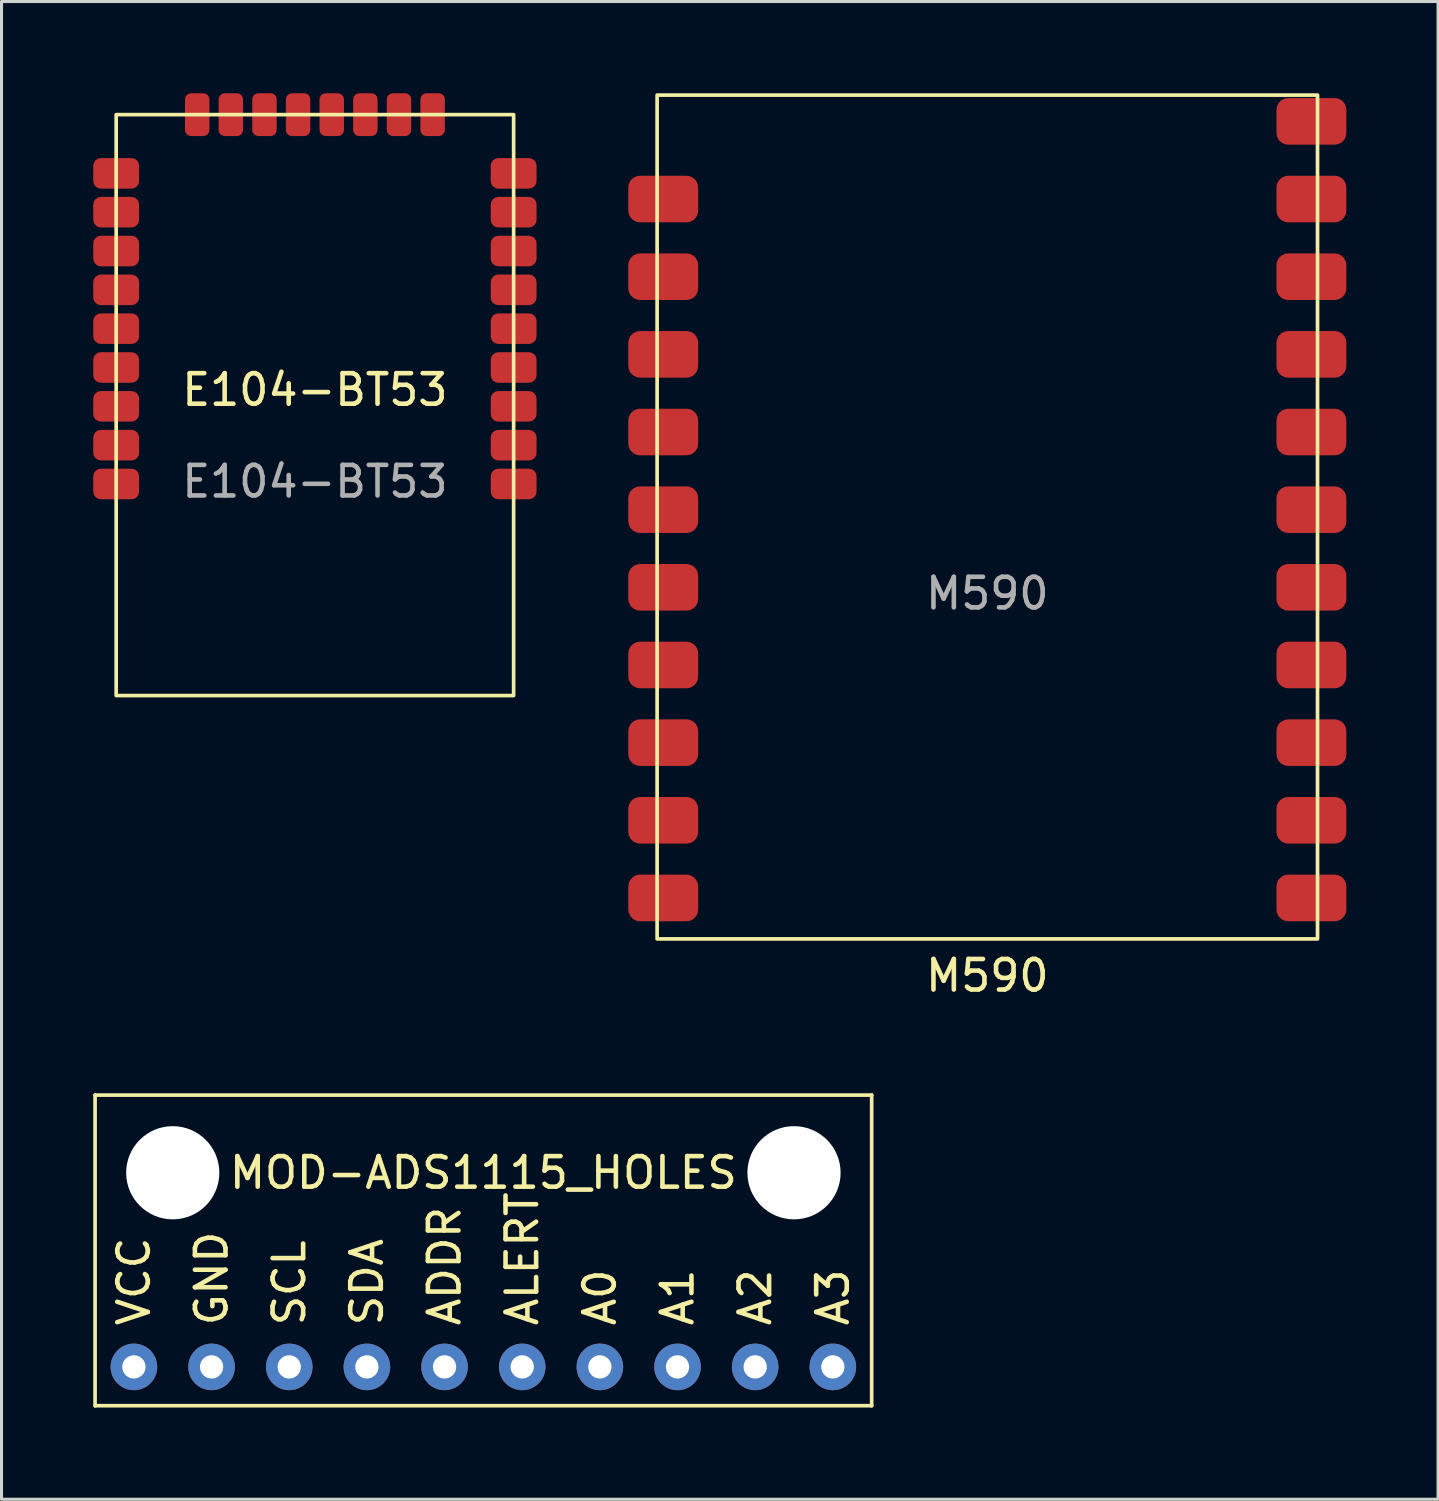
<source format=kicad_pcb>
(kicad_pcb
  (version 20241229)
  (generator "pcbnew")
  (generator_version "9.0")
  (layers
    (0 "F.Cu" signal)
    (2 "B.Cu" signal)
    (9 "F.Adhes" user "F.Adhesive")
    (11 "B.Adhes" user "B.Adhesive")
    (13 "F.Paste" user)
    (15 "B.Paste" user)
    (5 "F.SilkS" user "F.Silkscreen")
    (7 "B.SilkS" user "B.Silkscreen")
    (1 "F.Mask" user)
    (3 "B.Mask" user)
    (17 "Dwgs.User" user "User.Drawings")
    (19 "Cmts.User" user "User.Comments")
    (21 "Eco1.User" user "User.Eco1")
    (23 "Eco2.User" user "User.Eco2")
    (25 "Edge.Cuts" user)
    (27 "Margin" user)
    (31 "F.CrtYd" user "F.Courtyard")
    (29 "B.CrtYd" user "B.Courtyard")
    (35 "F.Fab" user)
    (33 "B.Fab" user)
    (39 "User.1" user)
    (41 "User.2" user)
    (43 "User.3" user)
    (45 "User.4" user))
  (footprint "E104-BT53"
    (layer "F.Cu")
    (at 7.25 10.2)
    (property "Reference" "E104-BT53" (at 0 -0.5 0) (unlocked yes) (layer "F.SilkS") (effects (font (size 1 1) (thickness 0.15))))
    (attr smd)
    (fp_rect (start -6.5 -9.5) (end 6.5 9.5) (stroke (width 0.12) (type default)) (fill no) (layer "F.SilkS"))
    (fp_text user "${REFERENCE}" (at 0 2.5 0) (unlocked yes) (layer "F.Fab") (effects (font (size 1 1) (thickness 0.15))))
    (pad "1" smd roundrect (at 6.5 2.58) (size 1.5 1) (layers "F.Cu" "F.Mask" "F.Paste") (roundrect_rratio 0.25))
    (pad "2" smd roundrect (at 6.5 1.31) (size 1.5 1) (layers "F.Cu" "F.Mask" "F.Paste") (roundrect_rratio 0.25))
    (pad "3" smd roundrect (at 6.5 0.04) (size 1.5 1) (layers "F.Cu" "F.Mask" "F.Paste") (roundrect_rratio 0.25))
    (pad "4" smd roundrect (at 6.5 -1.23) (size 1.5 1) (layers "F.Cu" "F.Mask" "F.Paste") (roundrect_rratio 0.25))
    (pad "5" smd roundrect (at 6.5 -2.5) (size 1.5 1) (layers "F.Cu" "F.Mask" "F.Paste") (roundrect_rratio 0.25))
    (pad "6" smd roundrect (at 6.5 -3.77) (size 1.5 1) (layers "F.Cu" "F.Mask" "F.Paste") (roundrect_rratio 0.25))
    (pad "7" smd roundrect (at 6.5 -5.04) (size 1.5 1) (layers "F.Cu" "F.Mask" "F.Paste") (roundrect_rratio 0.25))
    (pad "8" smd roundrect (at 6.5 -6.31) (size 1.5 1) (layers "F.Cu" "F.Mask" "F.Paste") (roundrect_rratio 0.25))
    (pad "9" smd roundrect (at 6.5 -7.58) (size 1.5 1) (layers "F.Cu" "F.Mask" "F.Paste") (roundrect_rratio 0.25))
    (pad "10" smd roundrect (at 3.85 -9.5) (size 0.8 1.4) (layers "F.Cu" "F.Mask" "F.Paste") (roundrect_rratio 0.25))
    (pad "11" smd roundrect (at 2.75 -9.5) (size 0.8 1.4) (layers "F.Cu" "F.Mask" "F.Paste") (roundrect_rratio 0.25))
    (pad "12" smd roundrect (at 1.65 -9.5) (size 0.8 1.4) (layers "F.Cu" "F.Mask" "F.Paste") (roundrect_rratio 0.25))
    (pad "13" smd roundrect (at 0.55 -9.5) (size 0.8 1.4) (layers "F.Cu" "F.Mask" "F.Paste") (roundrect_rratio 0.25))
    (pad "14" smd roundrect (at -0.55 -9.5) (size 0.8 1.4) (layers "F.Cu" "F.Mask" "F.Paste") (roundrect_rratio 0.25))
    (pad "15" smd roundrect (at -1.65 -9.5) (size 0.8 1.4) (layers "F.Cu" "F.Mask" "F.Paste") (roundrect_rratio 0.25))
    (pad "16" smd roundrect (at -2.75 -9.5) (size 0.8 1.4) (layers "F.Cu" "F.Mask" "F.Paste") (roundrect_rratio 0.25))
    (pad "17" smd roundrect (at -3.85 -9.5) (size 0.8 1.4) (layers "F.Cu" "F.Mask" "F.Paste") (roundrect_rratio 0.25))
    (pad "18" smd roundrect (at -6.5 -7.58) (size 1.5 1) (layers "F.Cu" "F.Mask" "F.Paste") (roundrect_rratio 0.25))
    (pad "19" smd roundrect (at -6.5 -6.31) (size 1.5 1) (layers "F.Cu" "F.Mask" "F.Paste") (roundrect_rratio 0.25))
    (pad "20" smd roundrect (at -6.5 -5.04) (size 1.5 1) (layers "F.Cu" "F.Mask" "F.Paste") (roundrect_rratio 0.25))
    (pad "21" smd roundrect (at -6.5 -3.77) (size 1.5 1) (layers "F.Cu" "F.Mask" "F.Paste") (roundrect_rratio 0.25))
    (pad "22" smd roundrect (at -6.5 -2.5) (size 1.5 1) (layers "F.Cu" "F.Mask" "F.Paste") (roundrect_rratio 0.25))
    (pad "23" smd roundrect (at -6.5 -1.23) (size 1.5 1) (layers "F.Cu" "F.Mask" "F.Paste") (roundrect_rratio 0.25))
    (pad "24" smd roundrect (at -6.5 0.04) (size 1.5 1) (layers "F.Cu" "F.Mask" "F.Paste") (roundrect_rratio 0.25))
    (pad "25" smd roundrect (at -6.5 1.31) (size 1.5 1) (layers "F.Cu" "F.Mask" "F.Paste") (roundrect_rratio 0.25))
    (pad "26" smd roundrect (at -6.5 2.58) (size 1.5 1) (layers "F.Cu" "F.Mask" "F.Paste") (roundrect_rratio 0.25)))
  (footprint "M590"
    (layer "F.Cu")
    (at 29.243 13.86)
    (property "Reference" "M590" (at 0 15 0) (unlocked yes) (layer "F.SilkS") (effects (font (size 1 1) (thickness 0.15))))
    (attr smd)
    (fp_rect (start -10.8 -13.8) (end 10.8 13.8) (stroke (width 0.12) (type default)) (fill no) (layer "F.SilkS"))
    (fp_text user "${REFERENCE}" (at 0 2.5 0) (unlocked yes) (layer "F.Fab") (effects (font (size 1 1) (thickness 0.15))))
    (pad "1" smd roundrect (at -10.6 -10.4) (size 2.286 1.524) (layers "F.Cu" "F.Mask" "F.Paste") (roundrect_rratio 0.25))
    (pad "2" smd roundrect (at -10.6 -7.86) (size 2.286 1.524) (layers "F.Cu" "F.Mask" "F.Paste") (roundrect_rratio 0.25))
    (pad "3" smd roundrect (at -10.6 -5.32) (size 2.286 1.524) (layers "F.Cu" "F.Mask" "F.Paste") (roundrect_rratio 0.25))
    (pad "4" smd roundrect (at -10.6 -2.78) (size 2.286 1.524) (layers "F.Cu" "F.Mask" "F.Paste") (roundrect_rratio 0.25))
    (pad "5" smd roundrect (at -10.6 -0.24) (size 2.286 1.524) (layers "F.Cu" "F.Mask" "F.Paste") (roundrect_rratio 0.25))
    (pad "6" smd roundrect (at -10.6 2.3) (size 2.286 1.524) (layers "F.Cu" "F.Mask" "F.Paste") (roundrect_rratio 0.25))
    (pad "7" smd roundrect (at -10.6 4.84) (size 2.286 1.524) (layers "F.Cu" "F.Mask" "F.Paste") (roundrect_rratio 0.25))
    (pad "8" smd roundrect (at -10.6 7.38) (size 2.286 1.524) (layers "F.Cu" "F.Mask" "F.Paste") (roundrect_rratio 0.25))
    (pad "9" smd roundrect (at -10.6 9.92) (size 2.286 1.524) (layers "F.Cu" "F.Mask" "F.Paste") (roundrect_rratio 0.25))
    (pad "10" smd roundrect (at -10.6 12.46) (size 2.286 1.524) (layers "F.Cu" "F.Mask" "F.Paste") (roundrect_rratio 0.25))
    (pad "11" smd roundrect (at 10.6 12.46) (size 2.286 1.524) (layers "F.Cu" "F.Mask" "F.Paste") (roundrect_rratio 0.25))
    (pad "12" smd roundrect (at 10.6 9.92) (size 2.286 1.524) (layers "F.Cu" "F.Mask" "F.Paste") (roundrect_rratio 0.25))
    (pad "13" smd roundrect (at 10.6 7.38) (size 2.286 1.524) (layers "F.Cu" "F.Mask" "F.Paste") (roundrect_rratio 0.25))
    (pad "14" smd roundrect (at 10.6 4.84) (size 2.286 1.524) (layers "F.Cu" "F.Mask" "F.Paste") (roundrect_rratio 0.25))
    (pad "15" smd roundrect (at 10.6 2.3) (size 2.286 1.524) (layers "F.Cu" "F.Mask" "F.Paste") (roundrect_rratio 0.25))
    (pad "16" smd roundrect (at 10.6 -0.24) (size 2.286 1.524) (layers "F.Cu" "F.Mask" "F.Paste") (roundrect_rratio 0.25))
    (pad "17" smd roundrect (at 10.6 -2.78) (size 2.286 1.524) (layers "F.Cu" "F.Mask" "F.Paste") (roundrect_rratio 0.25))
    (pad "18" smd roundrect (at 10.6 -5.32) (size 2.286 1.524) (layers "F.Cu" "F.Mask" "F.Paste") (roundrect_rratio 0.25))
    (pad "19" smd roundrect (at 10.6 -7.86) (size 2.286 1.524) (layers "F.Cu" "F.Mask" "F.Paste") (roundrect_rratio 0.25))
    (pad "20" smd roundrect (at 10.6 -10.4) (size 2.286 1.524) (layers "F.Cu" "F.Mask" "F.Paste") (roundrect_rratio 0.25))
    (pad "21" smd roundrect (at 10.6 -12.94) (size 2.286 1.524) (layers "F.Cu" "F.Mask" "F.Paste") (roundrect_rratio 0.25)))
  (footprint "MOD-ADS1115_HOLES"
    (layer "F.Cu")
    (at 12.76 37.848)
    (property "Reference" "MOD-ADS1115_HOLES" (at 0 -2.54 0) (layer "F.SilkS") (effects (font (size 1 1) (thickness 0.15))))
    (attr through_hole)
    (fp_line (start -12.7 -5.08) (end 12.7 -5.08) (stroke (width 0.12) (type solid)) (layer "F.SilkS"))
    (fp_line (start -12.7 5.08) (end -12.7 -5.08) (stroke (width 0.12) (type solid)) (layer "F.SilkS"))
    (fp_line (start 12.7 -5.08) (end 12.7 5.08) (stroke (width 0.12) (type solid)) (layer "F.SilkS"))
    (fp_line (start 12.7 5.08) (end -12.7 5.08) (stroke (width 0.12) (type solid)) (layer "F.SilkS"))
    (fp_text user "ALERT" (at 1.27 2.54 90) (layer "F.SilkS") (effects (font (size 1 1) (thickness 0.15)) (justify left)))
    (fp_text user "ADDR" (at -1.27 2.54 90) (layer "F.SilkS") (effects (font (size 1 1) (thickness 0.15)) (justify left)))
    (fp_text user "A0" (at 3.81 2.54 90) (layer "F.SilkS") (effects (font (size 1 1) (thickness 0.15)) (justify left)))
    (fp_text user "GND" (at -8.89 2.54 90) (layer "F.SilkS") (effects (font (size 1 1) (thickness 0.15)) (justify left)))
    (fp_text user "SCL" (at -6.35 2.54 90) (layer "F.SilkS") (effects (font (size 1 1) (thickness 0.15)) (justify left)))
    (fp_text user "SDA" (at -3.81 2.54 90) (layer "F.SilkS") (effects (font (size 1 1) (thickness 0.15)) (justify left)))
    (fp_text user "VCC" (at -11.43 2.54 90) (layer "F.SilkS") (effects (font (size 1 1) (thickness 0.15)) (justify left)))
    (fp_text user "A2" (at 8.89 2.54 90) (layer "F.SilkS") (effects (font (size 1 1) (thickness 0.15)) (justify left)))
    (fp_text user "A1" (at 6.35 2.54 90) (layer "F.SilkS") (effects (font (size 1 1) (thickness 0.15)) (justify left)))
    (fp_text user "A3" (at 11.43 2.54 90) (layer "F.SilkS") (effects (font (size 1 1) (thickness 0.15)) (justify left)))
    (pad "" np_thru_hole circle (at -10.16 -2.54) (size 3.048 3.048) (drill 3.048) (layers "*.Cu" "*.Mask"))
    (pad "" np_thru_hole circle (at 10.16 -2.54) (size 3.048 3.048) (drill 3.048) (layers "*.Cu" "*.Mask"))
    (pad "1" thru_hole circle (at -11.43 3.81) (size 1.524 1.524) (drill 0.762) (layers "*.Cu" "*.Mask"))
    (pad "2" thru_hole circle (at -8.89 3.81) (size 1.524 1.524) (drill 0.762) (layers "*.Cu" "*.Mask"))
    (pad "3" thru_hole circle (at -6.35 3.81) (size 1.524 1.524) (drill 0.762) (layers "*.Cu" "*.Mask"))
    (pad "4" thru_hole circle (at -3.81 3.81) (size 1.524 1.524) (drill 0.762) (layers "*.Cu" "*.Mask"))
    (pad "5" thru_hole circle (at -1.27 3.81) (size 1.524 1.524) (drill 0.762) (layers "*.Cu" "*.Mask"))
    (pad "6" thru_hole circle (at 1.27 3.81) (size 1.524 1.524) (drill 0.762) (layers "*.Cu" "*.Mask"))
    (pad "7" thru_hole circle (at 3.81 3.81) (size 1.524 1.524) (drill 0.762) (layers "*.Cu" "*.Mask"))
    (pad "8" thru_hole circle (at 6.35 3.81) (size 1.524 1.524) (drill 0.762) (layers "*.Cu" "*.Mask"))
    (pad "9" thru_hole circle (at 8.89 3.81) (size 1.524 1.524) (drill 0.762) (layers "*.Cu" "*.Mask"))
    (pad "10" thru_hole circle (at 11.43 3.81) (size 1.524 1.524) (drill 0.762) (layers "*.Cu" "*.Mask")))
  (gr_rect
    (start -3 -3)
    (end 43.986 45.988)
    (stroke (width 0.1) (type default))
    (fill no)
    (layer "Edge.Cuts")))
</source>
